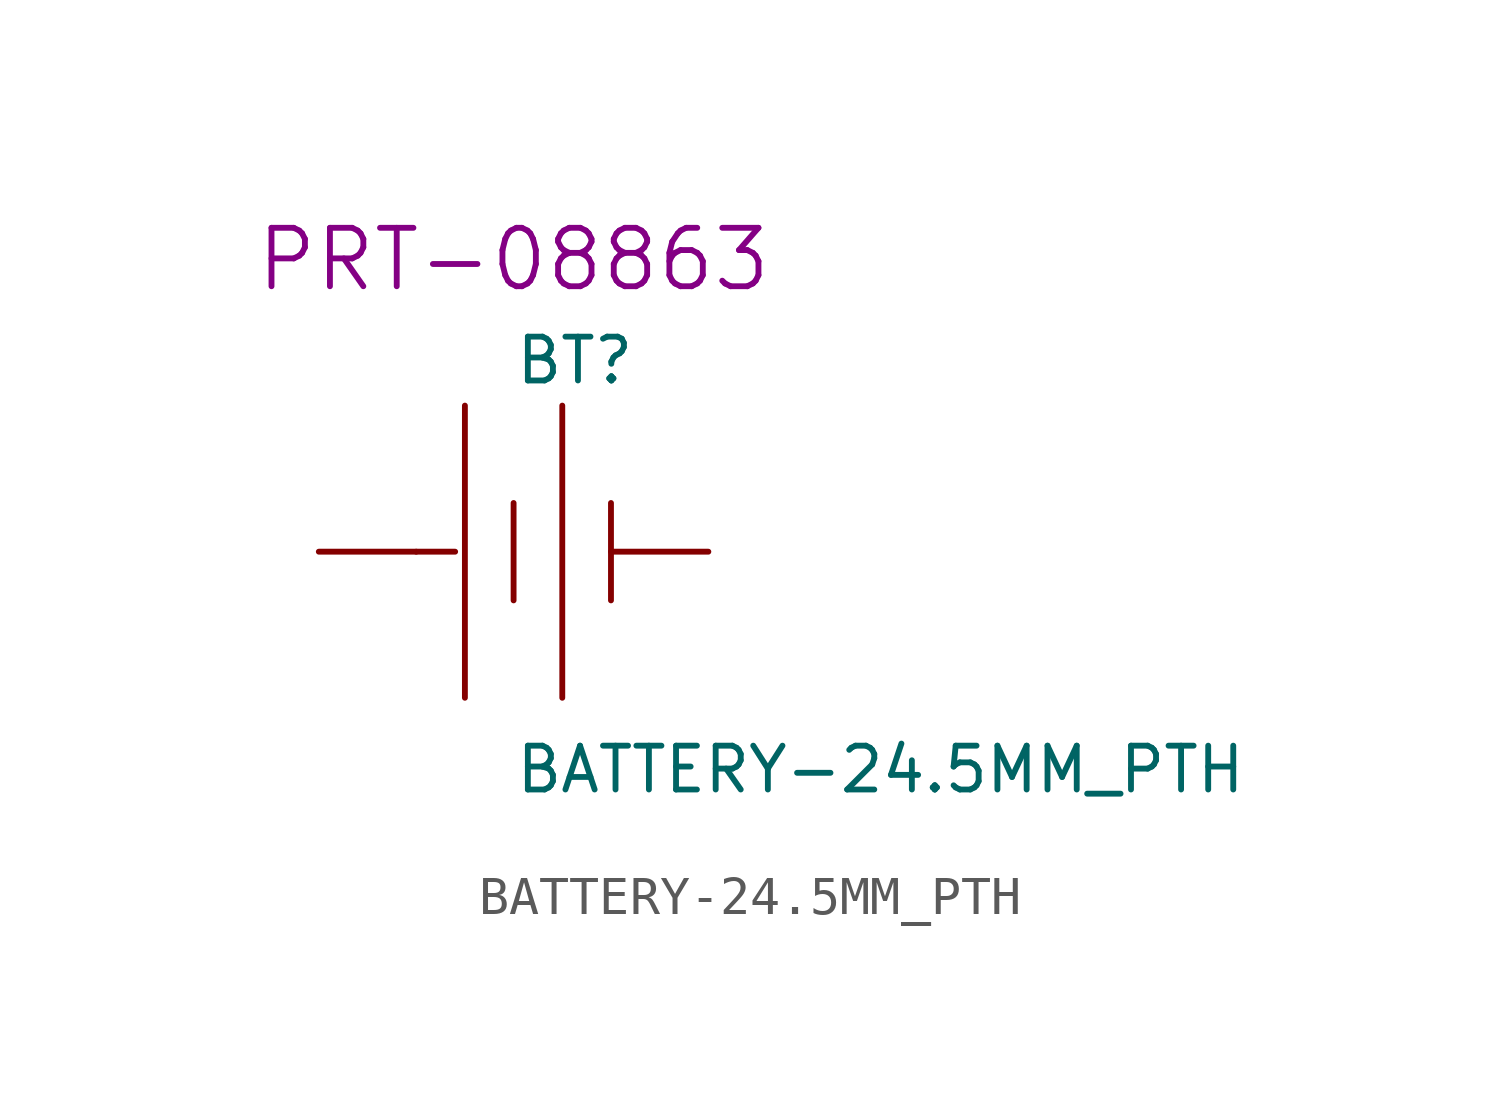
<source format=kicad_sym>
(kicad_symbol_lib
  (version 20220914)
  (generator kicad_symbol_editor)
  (symbol "BATTERY-24.5MM_PTH"
    (pin_numbers hide)
    (pin_names
      (offset 1.016) hide)
    (property "Reference" "BT"
      (at 0 4.318 0)
      (effects (font (size 1.143 1.143)) (justify left bottom)))
    (property "Value" "BATTERY-24.5MM_PTH"
      (at 0 -6.35 0)
      (effects (font (size 1.143 1.143)) (justify left bottom)))
    (property "Field4" "PRT-08863"
      (at 0 7.62 0)
      (effects (font (size 1.524 1.524))))
    (property "ki_locked" ""
      (at 0 0 0)
      (effects (font (size 1.27 1.27))))
    (symbol "BATTERY-24.5MM_PTH_1_0"
      (polyline (pts (xy -2.54 0) (xy -1.524 0)) (stroke (width 0) (type solid)) (fill (type none)))
      (polyline (pts (xy -1.27 3.81) (xy -1.27 -3.81)) (stroke (width 0) (type solid)) (fill (type none)))
      (polyline (pts (xy 0 1.27) (xy 0 -1.27)) (stroke (width 0) (type solid)) (fill (type none)))
      (polyline (pts (xy 1.27 3.81) (xy 1.27 -3.81)) (stroke (width 0) (type solid)) (fill (type none)))
      (polyline (pts (xy 2.54 1.27) (xy 2.54 -1.27)) (stroke (width 0) (type solid)) (fill (type none))))
    (symbol "BATTERY-24.5MM_PTH_1_1"
      (pin power_in line (at 5.08 0 180) (length 2.54) (name "-" (effects (font (size 1.016 1.016)))) (number "2" (effects (font (size 1.016 1.016)))))
      (pin power_in line (at -5.08 0 0) (length 2.54) (name "+" (effects (font (size 1.016 1.016)))) (number "3" (effects (font (size 1.016 1.016))))))))
</source>
